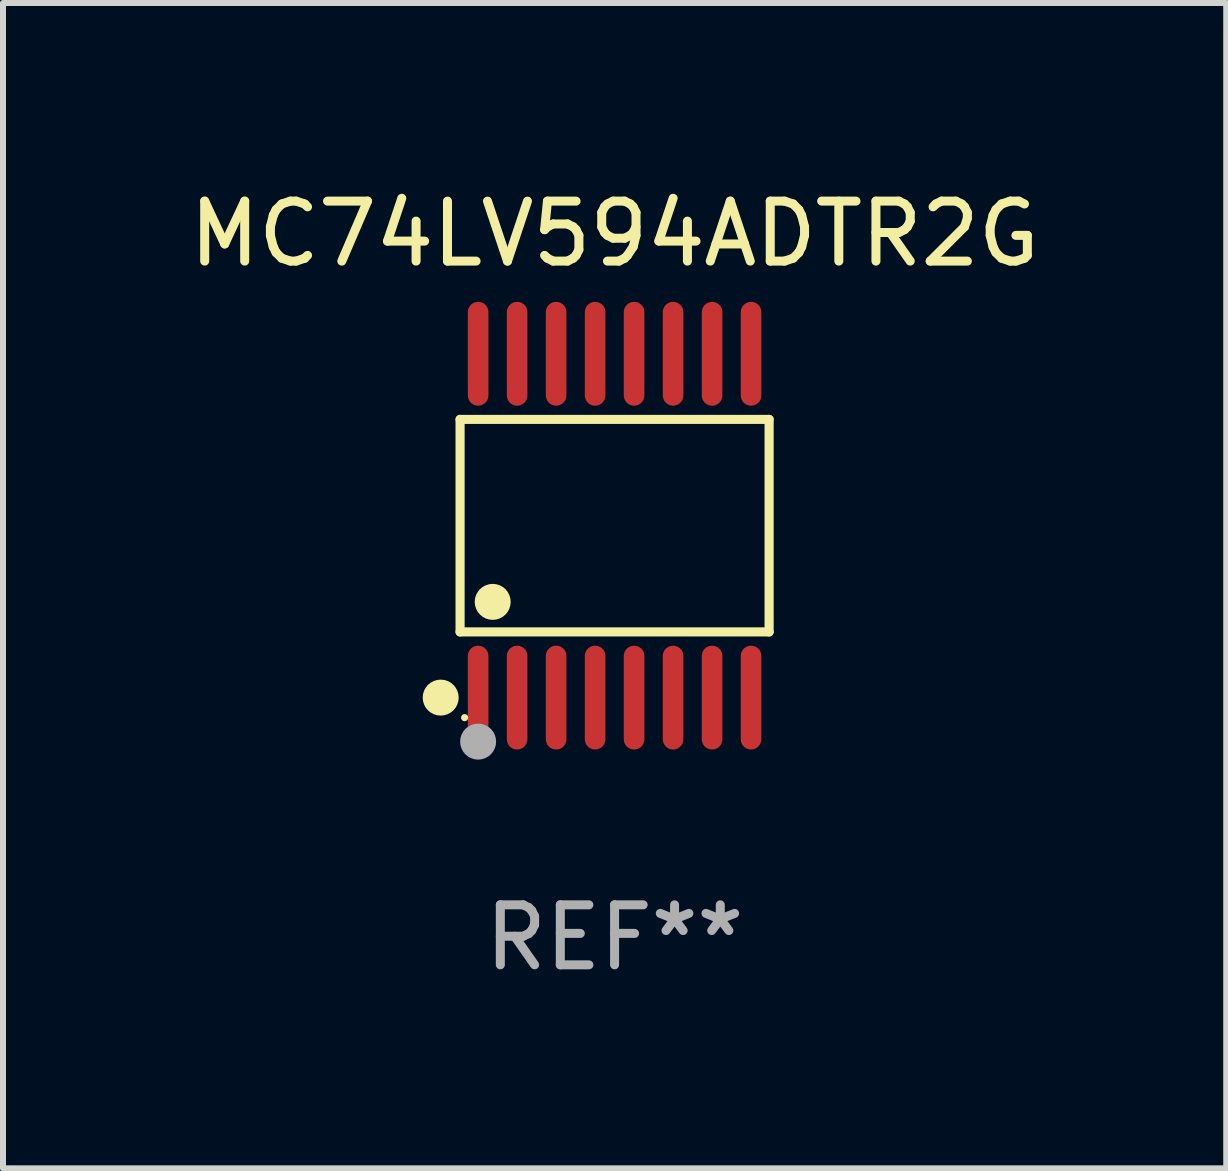
<source format=kicad_pcb>
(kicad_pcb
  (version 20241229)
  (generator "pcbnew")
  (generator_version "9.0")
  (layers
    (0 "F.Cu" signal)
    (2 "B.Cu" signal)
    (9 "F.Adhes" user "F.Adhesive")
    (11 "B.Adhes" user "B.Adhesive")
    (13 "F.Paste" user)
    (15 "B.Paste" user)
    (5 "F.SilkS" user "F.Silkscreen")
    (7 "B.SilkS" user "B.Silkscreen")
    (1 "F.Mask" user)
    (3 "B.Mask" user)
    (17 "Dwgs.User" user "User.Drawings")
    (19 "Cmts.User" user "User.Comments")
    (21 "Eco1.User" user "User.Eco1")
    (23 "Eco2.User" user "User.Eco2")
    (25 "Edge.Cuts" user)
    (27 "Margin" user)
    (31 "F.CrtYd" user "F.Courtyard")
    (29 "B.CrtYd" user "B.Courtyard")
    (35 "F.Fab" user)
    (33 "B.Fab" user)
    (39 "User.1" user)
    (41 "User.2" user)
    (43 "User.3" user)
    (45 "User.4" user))
  (footprint "MC74LV594ADTR2G"
    (layer "F.Cu")
    (at 7.196 5.714)
    (property "Reference" "MC74LV594ADTR2G" (at 0 -4.866 0) (layer "F.SilkS") (effects (font (size 1 1) (thickness 0.15))))
    (attr through_hole)
    (fp_line (start -2.576 -1.772) (end 2.576 -1.772) (stroke (width 0.152) (type solid)) (layer "F.SilkS"))
    (fp_line (start -2.576 1.771) (end -2.576 -1.772) (stroke (width 0.152) (type solid)) (layer "F.SilkS"))
    (fp_line (start 2.576 -1.772) (end 2.576 1.771) (stroke (width 0.152) (type solid)) (layer "F.SilkS"))
    (fp_line (start 2.576 1.771) (end -2.576 1.771) (stroke (width 0.152) (type solid)) (layer "F.SilkS"))
    (fp_circle (center -2.899 2.866) (end -2.749 2.866) (stroke (width 0.3) (type solid)) (fill no) (layer "F.SilkS"))
    (fp_circle (center -2.5 3.2) (end -2.47 3.2) (stroke (width 0.06) (type solid)) (fill no) (layer "F.SilkS"))
    (fp_circle (center -2.032 1.27) (end -1.882 1.27) (stroke (width 0.3) (type solid)) (fill no) (layer "F.SilkS"))
    (fp_circle (center -2.275 3.6) (end -2.125 3.6) (stroke (width 0.3) (type solid)) (fill no) (layer "F.Fab"))
    (fp_text user "REF**" (at 0 6.866 0) (layer "F.Fab") (effects (font (size 1 1) (thickness 0.15))))
    (pad "1" smd oval (at -2.275 2.866) (size 0.343 1.731) (layers "F.Cu" "F.Mask" "F.Paste"))
    (pad "2" smd oval (at -1.625 2.866) (size 0.343 1.731) (layers "F.Cu" "F.Mask" "F.Paste"))
    (pad "3" smd oval (at -0.975 2.866) (size 0.343 1.731) (layers "F.Cu" "F.Mask" "F.Paste"))
    (pad "4" smd oval (at -0.325 2.866) (size 0.343 1.731) (layers "F.Cu" "F.Mask" "F.Paste"))
    (pad "5" smd oval (at 0.325 2.866) (size 0.343 1.731) (layers "F.Cu" "F.Mask" "F.Paste"))
    (pad "6" smd oval (at 0.975 2.866) (size 0.343 1.731) (layers "F.Cu" "F.Mask" "F.Paste"))
    (pad "7" smd oval (at 1.625 2.866) (size 0.343 1.731) (layers "F.Cu" "F.Mask" "F.Paste"))
    (pad "8" smd oval (at 2.275 2.866) (size 0.343 1.731) (layers "F.Cu" "F.Mask" "F.Paste"))
    (pad "9" smd oval (at 2.275 -2.866) (size 0.343 1.731) (layers "F.Cu" "F.Mask" "F.Paste"))
    (pad "10" smd oval (at 1.625 -2.866) (size 0.343 1.731) (layers "F.Cu" "F.Mask" "F.Paste"))
    (pad "11" smd oval (at 0.975 -2.866) (size 0.343 1.731) (layers "F.Cu" "F.Mask" "F.Paste"))
    (pad "12" smd oval (at 0.325 -2.866) (size 0.343 1.731) (layers "F.Cu" "F.Mask" "F.Paste"))
    (pad "13" smd oval (at -0.325 -2.866) (size 0.343 1.731) (layers "F.Cu" "F.Mask" "F.Paste"))
    (pad "14" smd oval (at -0.975 -2.866) (size 0.343 1.731) (layers "F.Cu" "F.Mask" "F.Paste"))
    (pad "15" smd oval (at -1.625 -2.866) (size 0.343 1.731) (layers "F.Cu" "F.Mask" "F.Paste"))
    (pad "16" smd oval (at -2.275 -2.866) (size 0.343 1.731) (layers "F.Cu" "F.Mask" "F.Paste")))
  (gr_rect
    (start -3 -3)
    (end 17.393 16.428)
    (stroke (width 0.1) (type default))
    (fill no)
    (layer "Edge.Cuts")))
</source>
